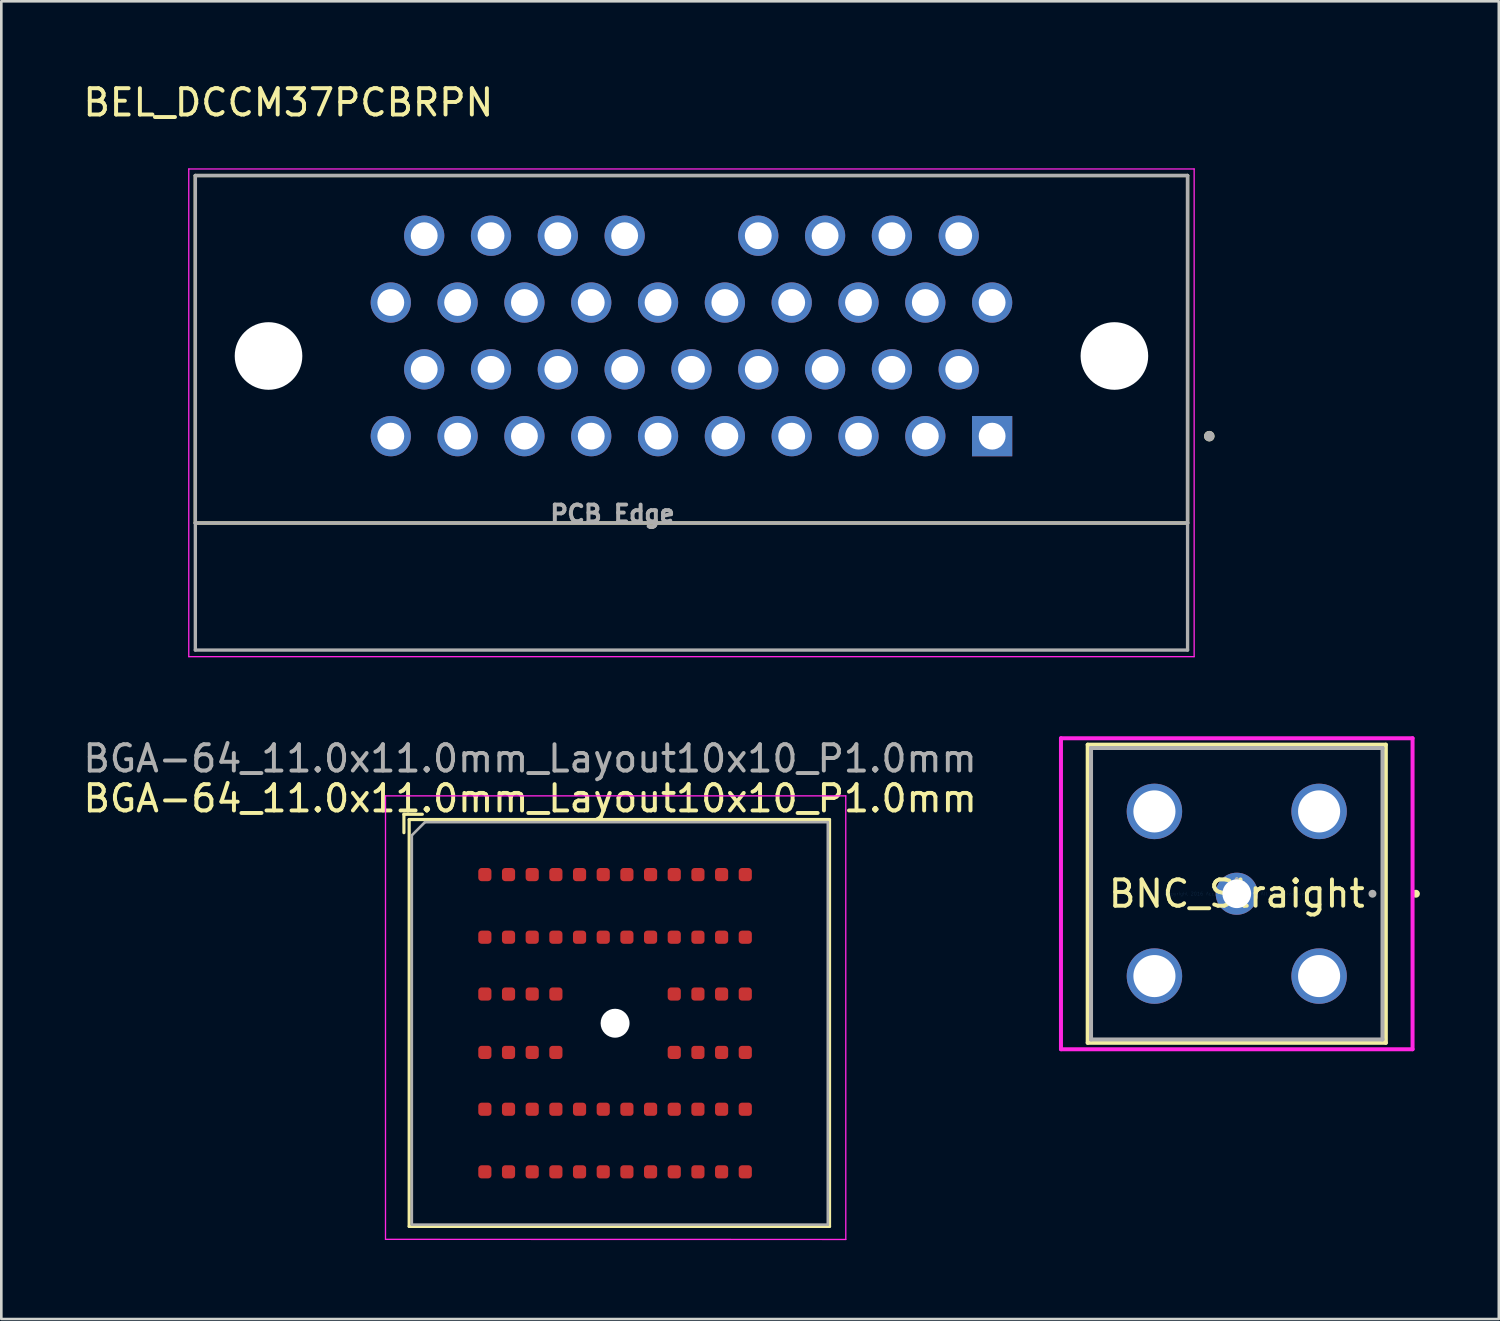
<source format=kicad_pcb>
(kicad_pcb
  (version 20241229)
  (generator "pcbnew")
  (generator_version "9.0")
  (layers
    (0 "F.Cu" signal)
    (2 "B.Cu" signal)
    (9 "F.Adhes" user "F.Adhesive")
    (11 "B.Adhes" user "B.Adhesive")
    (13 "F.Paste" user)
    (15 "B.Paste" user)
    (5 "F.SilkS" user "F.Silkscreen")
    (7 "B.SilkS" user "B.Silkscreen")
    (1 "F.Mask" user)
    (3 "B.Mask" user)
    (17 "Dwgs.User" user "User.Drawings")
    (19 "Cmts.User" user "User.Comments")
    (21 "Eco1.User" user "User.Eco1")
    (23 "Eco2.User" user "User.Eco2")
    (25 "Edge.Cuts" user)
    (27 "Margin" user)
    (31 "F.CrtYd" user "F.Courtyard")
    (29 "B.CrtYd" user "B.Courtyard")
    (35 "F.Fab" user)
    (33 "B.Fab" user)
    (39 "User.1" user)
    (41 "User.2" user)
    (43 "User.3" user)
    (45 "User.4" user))
  (footprint "BGA-64_11.0x11.0mm_Layout10x10_P1.0mm"
    (layer "F.Cu")
    (at 17.105 32.705)
    (property "Reference" "BGA-64_11.0x11.0mm_Layout10x10_P1.0mm" (at 0 -5.4 0) (layer "F.SilkS") (effects (font (size 1 1) (thickness 0.15))))
    (attr smd)
    (fp_line (start -4.8 -4.8) (end -4.1 -4.8) (stroke (width 0.12) (type solid)) (layer "F.SilkS"))
    (fp_line (start -4.8 -4.1) (end -4.8 -4.8) (stroke (width 0.12) (type solid)) (layer "F.SilkS"))
    (fp_line (start -4.6 -4.6) (end -4.6 10.868) (stroke (width 0.12) (type solid)) (layer "F.SilkS"))
    (fp_line (start -4.6 10.868) (end 11.38 10.868) (stroke (width 0.12) (type solid)) (layer "F.SilkS"))
    (fp_line (start 11.379 -4.6) (end -4.6 -4.6) (stroke (width 0.12) (type solid)) (layer "F.SilkS"))
    (fp_line (start 11.38 10.868) (end 11.38 -4.6) (stroke (width 0.12) (type solid)) (layer "F.SilkS"))
    (fp_line (start -5.5 -5.5) (end -5.5 11.359) (stroke (width 0.05) (type solid)) (layer "F.CrtYd"))
    (fp_line (start -5.5 -5.5) (end 11.997 -5.5) (stroke (width 0.05) (type solid)) (layer "F.CrtYd"))
    (fp_line (start 11.998 11.363) (end -5.5 11.359) (stroke (width 0.05) (type solid)) (layer "F.CrtYd"))
    (fp_line (start 11.998 11.363) (end 11.997 -5.5) (stroke (width 0.05) (type solid)) (layer "F.CrtYd"))
    (fp_line (start -4.5 -4) (end -4.5 10.8) (stroke (width 0.1) (type solid)) (layer "F.Fab"))
    (fp_line (start -4.5 10.8) (end 11.315 10.8) (stroke (width 0.1) (type solid)) (layer "F.Fab"))
    (fp_line (start -4 -4.5) (end -4.5 -4) (stroke (width 0.1) (type solid)) (layer "F.Fab"))
    (fp_line (start 11.315 -4.5) (end -4 -4.5) (stroke (width 0.1) (type solid)) (layer "F.Fab"))
    (fp_line (start 11.315 10.8) (end 11.315 -4.5) (stroke (width 0.1) (type solid)) (layer "F.Fab"))
    (fp_text user "${REFERENCE}" (at -0.004 -6.918 0) (layer "F.Fab") (effects (font (size 1 1) (thickness 0.15))))
    (pad "" np_thru_hole oval (at 3.227 3.143) (size 1.1 1.1) (drill 1.1) (layers "*.Cu" "*.Mask"))
    (pad "A1" smd roundrect (at -1.723 -2.507 90) (size 0.5 0.5) (layers "F.Cu" "F.Mask" "F.Paste") (roundrect_rratio 0.25))
    (pad "A2" smd roundrect (at -0.823 -2.507 90) (size 0.5 0.5) (layers "F.Cu" "F.Mask" "F.Paste") (roundrect_rratio 0.25))
    (pad "A3" smd roundrect (at 0.077 -2.507 90) (size 0.5 0.5) (layers "F.Cu" "F.Mask" "F.Paste") (roundrect_rratio 0.25))
    (pad "A4" smd roundrect (at 0.977 -2.507 90) (size 0.5 0.5) (layers "F.Cu" "F.Mask" "F.Paste") (roundrect_rratio 0.25))
    (pad "A5" smd roundrect (at 1.877 -2.507 90) (size 0.5 0.5) (layers "F.Cu" "F.Mask" "F.Paste") (roundrect_rratio 0.25))
    (pad "A6" smd roundrect (at 2.777 -2.507 90) (size 0.5 0.5) (layers "F.Cu" "F.Mask" "F.Paste") (roundrect_rratio 0.25))
    (pad "A7" smd roundrect (at 3.677 -2.507 90) (size 0.5 0.5) (layers "F.Cu" "F.Mask" "F.Paste") (roundrect_rratio 0.25))
    (pad "A8" smd roundrect (at 4.577 -2.507 90) (size 0.5 0.5) (layers "F.Cu" "F.Mask" "F.Paste") (roundrect_rratio 0.25))
    (pad "A9" smd roundrect (at 5.477 -2.507 90) (size 0.5 0.5) (layers "F.Cu" "F.Mask" "F.Paste") (roundrect_rratio 0.25))
    (pad "A10" smd roundrect (at 6.377 -2.507 90) (size 0.5 0.5) (layers "F.Cu" "F.Mask" "F.Paste") (roundrect_rratio 0.25))
    (pad "A11" smd roundrect (at 7.277 -2.507 90) (size 0.5 0.5) (layers "F.Cu" "F.Mask" "F.Paste") (roundrect_rratio 0.25))
    (pad "A12" smd roundrect (at 8.177 -2.507 90) (size 0.5 0.5) (layers "F.Cu" "F.Mask" "F.Paste") (roundrect_rratio 0.25))
    (pad "B1" smd roundrect (at -1.723 -0.127 90) (size 0.5 0.5) (layers "F.Cu" "F.Mask" "F.Paste") (roundrect_rratio 0.25))
    (pad "B2" smd roundrect (at -0.823 -0.127 90) (size 0.5 0.5) (layers "F.Cu" "F.Mask" "F.Paste") (roundrect_rratio 0.25))
    (pad "B3" smd roundrect (at 0.077 -0.127 90) (size 0.5 0.5) (layers "F.Cu" "F.Mask" "F.Paste") (roundrect_rratio 0.25))
    (pad "B4" smd roundrect (at 0.977 -0.127 90) (size 0.5 0.5) (layers "F.Cu" "F.Mask" "F.Paste") (roundrect_rratio 0.25))
    (pad "B5" smd roundrect (at 1.877 -0.127 90) (size 0.5 0.5) (layers "F.Cu" "F.Mask" "F.Paste") (roundrect_rratio 0.25))
    (pad "B6" smd roundrect (at 2.777 -0.127 90) (size 0.5 0.5) (layers "F.Cu" "F.Mask" "F.Paste") (roundrect_rratio 0.25))
    (pad "B7" smd roundrect (at 3.677 -0.127 90) (size 0.5 0.5) (layers "F.Cu" "F.Mask" "F.Paste") (roundrect_rratio 0.25))
    (pad "B8" smd roundrect (at 4.577 -0.127 90) (size 0.5 0.5) (layers "F.Cu" "F.Mask" "F.Paste") (roundrect_rratio 0.25))
    (pad "B9" smd roundrect (at 5.477 -0.127 90) (size 0.5 0.5) (layers "F.Cu" "F.Mask" "F.Paste") (roundrect_rratio 0.25))
    (pad "B10" smd roundrect (at 6.377 -0.127 90) (size 0.5 0.5) (layers "F.Cu" "F.Mask" "F.Paste") (roundrect_rratio 0.25))
    (pad "B11" smd roundrect (at 7.277 -0.127 90) (size 0.5 0.5) (layers "F.Cu" "F.Mask" "F.Paste") (roundrect_rratio 0.25))
    (pad "B12" smd roundrect (at 8.177 -0.127 90) (size 0.5 0.5) (layers "F.Cu" "F.Mask" "F.Paste") (roundrect_rratio 0.25))
    (pad "C1" smd roundrect (at -1.723 2.033 90) (size 0.5 0.5) (layers "F.Cu" "F.Mask" "F.Paste") (roundrect_rratio 0.25))
    (pad "C2" smd roundrect (at -0.823 2.033 90) (size 0.5 0.5) (layers "F.Cu" "F.Mask" "F.Paste") (roundrect_rratio 0.25))
    (pad "C3" smd roundrect (at 0.077 2.033 90) (size 0.5 0.5) (layers "F.Cu" "F.Mask" "F.Paste") (roundrect_rratio 0.25))
    (pad "C4" smd roundrect (at 0.977 2.033 90) (size 0.5 0.5) (layers "F.Cu" "F.Mask" "F.Paste") (roundrect_rratio 0.25))
    (pad "C9" smd roundrect (at 5.477 2.033 90) (size 0.5 0.5) (layers "F.Cu" "F.Mask" "F.Paste") (roundrect_rratio 0.25))
    (pad "C10" smd roundrect (at 6.377 2.033 90) (size 0.5 0.5) (layers "F.Cu" "F.Mask" "F.Paste") (roundrect_rratio 0.25))
    (pad "C11" smd roundrect (at 7.277 2.033 90) (size 0.5 0.5) (layers "F.Cu" "F.Mask" "F.Paste") (roundrect_rratio 0.25))
    (pad "C12" smd roundrect (at 8.177 2.033 90) (size 0.5 0.5) (layers "F.Cu" "F.Mask" "F.Paste") (roundrect_rratio 0.25))
    (pad "F1" smd roundrect (at -1.723 4.253 270) (size 0.5 0.5) (layers "F.Cu" "F.Mask" "F.Paste") (roundrect_rratio 0.25))
    (pad "F2" smd roundrect (at -0.823 4.253 270) (size 0.5 0.5) (layers "F.Cu" "F.Mask" "F.Paste") (roundrect_rratio 0.25))
    (pad "F3" smd roundrect (at 0.077 4.253 270) (size 0.5 0.5) (layers "F.Cu" "F.Mask" "F.Paste") (roundrect_rratio 0.25))
    (pad "F4" smd roundrect (at 0.977 4.253 270) (size 0.5 0.5) (layers "F.Cu" "F.Mask" "F.Paste") (roundrect_rratio 0.25))
    (pad "F9" smd roundrect (at 5.477 4.253 270) (size 0.5 0.5) (layers "F.Cu" "F.Mask" "F.Paste") (roundrect_rratio 0.25))
    (pad "F10" smd roundrect (at 6.377 4.253 270) (size 0.5 0.5) (layers "F.Cu" "F.Mask" "F.Paste") (roundrect_rratio 0.25))
    (pad "F11" smd roundrect (at 7.277 4.253 270) (size 0.5 0.5) (layers "F.Cu" "F.Mask" "F.Paste") (roundrect_rratio 0.25))
    (pad "F12" smd roundrect (at 8.177 4.253 270) (size 0.5 0.5) (layers "F.Cu" "F.Mask" "F.Paste") (roundrect_rratio 0.25))
    (pad "G1" smd roundrect (at -1.723 6.413 270) (size 0.5 0.5) (layers "F.Cu" "F.Mask" "F.Paste") (roundrect_rratio 0.25))
    (pad "G2" smd roundrect (at -0.823 6.413 270) (size 0.5 0.5) (layers "F.Cu" "F.Mask" "F.Paste") (roundrect_rratio 0.25))
    (pad "G3" smd roundrect (at 0.077 6.413 270) (size 0.5 0.5) (layers "F.Cu" "F.Mask" "F.Paste") (roundrect_rratio 0.25))
    (pad "G4" smd roundrect (at 0.977 6.413 270) (size 0.5 0.5) (layers "F.Cu" "F.Mask" "F.Paste") (roundrect_rratio 0.25))
    (pad "G5" smd roundrect (at 1.877 6.413 270) (size 0.5 0.5) (layers "F.Cu" "F.Mask" "F.Paste") (roundrect_rratio 0.25))
    (pad "G6" smd roundrect (at 2.777 6.413 270) (size 0.5 0.5) (layers "F.Cu" "F.Mask" "F.Paste") (roundrect_rratio 0.25))
    (pad "G7" smd roundrect (at 3.677 6.413 270) (size 0.5 0.5) (layers "F.Cu" "F.Mask" "F.Paste") (roundrect_rratio 0.25))
    (pad "G8" smd roundrect (at 4.577 6.413 270) (size 0.5 0.5) (layers "F.Cu" "F.Mask" "F.Paste") (roundrect_rratio 0.25))
    (pad "G9" smd roundrect (at 5.477 6.413 270) (size 0.5 0.5) (layers "F.Cu" "F.Mask" "F.Paste") (roundrect_rratio 0.25))
    (pad "G10" smd roundrect (at 6.377 6.413 270) (size 0.5 0.5) (layers "F.Cu" "F.Mask" "F.Paste") (roundrect_rratio 0.25))
    (pad "G11" smd roundrect (at 7.277 6.413 270) (size 0.5 0.5) (layers "F.Cu" "F.Mask" "F.Paste") (roundrect_rratio 0.25))
    (pad "G12" smd roundrect (at 8.177 6.413 270) (size 0.5 0.5) (layers "F.Cu" "F.Mask" "F.Paste") (roundrect_rratio 0.25))
    (pad "H1" smd roundrect (at -1.723 8.793 270) (size 0.5 0.5) (layers "F.Cu" "F.Mask" "F.Paste") (roundrect_rratio 0.25))
    (pad "H2" smd roundrect (at -0.823 8.793 270) (size 0.5 0.5) (layers "F.Cu" "F.Mask" "F.Paste") (roundrect_rratio 0.25))
    (pad "H3" smd roundrect (at 0.077 8.793 270) (size 0.5 0.5) (layers "F.Cu" "F.Mask" "F.Paste") (roundrect_rratio 0.25))
    (pad "H4" smd roundrect (at 0.977 8.793 270) (size 0.5 0.5) (layers "F.Cu" "F.Mask" "F.Paste") (roundrect_rratio 0.25))
    (pad "H5" smd roundrect (at 1.877 8.793 270) (size 0.5 0.5) (layers "F.Cu" "F.Mask" "F.Paste") (roundrect_rratio 0.25))
    (pad "H6" smd roundrect (at 2.777 8.793 270) (size 0.5 0.5) (layers "F.Cu" "F.Mask" "F.Paste") (roundrect_rratio 0.25))
    (pad "H7" smd roundrect (at 3.677 8.793 270) (size 0.5 0.5) (layers "F.Cu" "F.Mask" "F.Paste") (roundrect_rratio 0.25))
    (pad "H8" smd roundrect (at 4.577 8.793 270) (size 0.5 0.5) (layers "F.Cu" "F.Mask" "F.Paste") (roundrect_rratio 0.25))
    (pad "H9" smd roundrect (at 5.477 8.793 270) (size 0.5 0.5) (layers "F.Cu" "F.Mask" "F.Paste") (roundrect_rratio 0.25))
    (pad "H10" smd roundrect (at 6.377 8.793 270) (size 0.5 0.5) (layers "F.Cu" "F.Mask" "F.Paste") (roundrect_rratio 0.25))
    (pad "H11" smd roundrect (at 7.277 8.793 270) (size 0.5 0.5) (layers "F.Cu" "F.Mask" "F.Paste") (roundrect_rratio 0.25))
    (pad "H12" smd roundrect (at 8.177 8.793 270) (size 0.5 0.5) (layers "F.Cu" "F.Mask" "F.Paste") (roundrect_rratio 0.25)))
  (footprint "BNC_Straight"
    (layer "F.Cu")
    (at 43.966 30.926)
    (property "Reference" "BNC_Straight" (at 0 0 0) (layer "F.SilkS") (effects (font (size 1 1) (thickness 0.15))))
    (attr through_hole)
    (fp_line (start -5.667 -5.667) (end -5.667 5.667) (stroke (width 0.152) (type solid)) (layer "F.SilkS"))
    (fp_line (start -5.667 5.667) (end 5.667 5.667) (stroke (width 0.152) (type solid)) (layer "F.SilkS"))
    (fp_line (start 5.667 -5.667) (end -5.667 -5.667) (stroke (width 0.152) (type solid)) (layer "F.SilkS"))
    (fp_line (start 5.667 5.667) (end 5.667 -5.667) (stroke (width 0.152) (type solid)) (layer "F.SilkS"))
    (fp_circle (center 6.81 0) (end 6.886 0) (stroke (width 0.152) (type solid)) (fill no) (layer "F.SilkS"))
    (fp_line (start -6.683 -5.911) (end 6.683 -5.911) (stroke (width 0.152) (type solid)) (layer "F.CrtYd"))
    (fp_line (start -6.683 5.911) (end -6.683 -5.911) (stroke (width 0.152) (type solid)) (layer "F.CrtYd"))
    (fp_line (start 6.683 -5.911) (end 6.683 5.911) (stroke (width 0.152) (type solid)) (layer "F.CrtYd"))
    (fp_line (start 6.683 5.911) (end -6.683 5.911) (stroke (width 0.152) (type solid)) (layer "F.CrtYd"))
    (fp_line (start -5.54 -5.54) (end -5.54 5.54) (stroke (width 0.152) (type solid)) (layer "F.Fab"))
    (fp_line (start -5.54 5.54) (end 5.54 5.54) (stroke (width 0.152) (type solid)) (layer "F.Fab"))
    (fp_line (start 5.54 -5.54) (end -5.54 -5.54) (stroke (width 0.152) (type solid)) (layer "F.Fab"))
    (fp_line (start 5.54 5.54) (end 5.54 -5.54) (stroke (width 0.152) (type solid)) (layer "F.Fab"))
    (fp_circle (center 5.159 0) (end 5.235 0) (stroke (width 0.152) (type solid)) (fill no) (layer "F.Fab"))
    (fp_text user "*" (at 0 0 0) (layer "F.SilkS") (effects (font (size 1 1) (thickness 0.15))))
    (fp_text user "Copyright 2016 Accelerated Designs. All rights reserved." (at 0 0 0) (layer "Cmts.User") (effects (font (size 0.127 0.127) (thickness 0.002))))
    (fp_text user "*" (at 0 0 0) (layer "F.Fab") (effects (font (size 1 1) (thickness 0.15))))
    (pad "1" thru_hole circle (at 0 0) (size 1.6 1.6) (drill 1.092) (layers "*.Cu" "*.Mask"))
    (pad "2" thru_hole circle (at -3.13 -3.13) (size 2.108 2.108) (drill 1.6) (layers "*.Cu" "*.Mask"))
    (pad "3" thru_hole circle (at -3.13 3.13) (size 2.108 2.108) (drill 1.6) (layers "*.Cu" "*.Mask"))
    (pad "4" thru_hole circle (at 3.13 3.13) (size 2.108 2.108) (drill 1.6) (layers "*.Cu" "*.Mask"))
    (pad "5" thru_hole circle (at 3.13 -3.13) (size 2.108 2.108) (drill 1.6) (layers "*.Cu" "*.Mask")))
  (footprint "BEL_DCCM37PCBRPN"
    (layer "F.Cu")
    (at 23.236 10.483)
    (property "Reference" "BEL_DCCM37PCBRPN" (at -15.325 -9.635 0) (layer "F.SilkS") (effects (font (size 1 1) (thickness 0.15))))
    (attr through_hole)
    (fp_line (start -18.86 -6.86) (end 18.86 -6.86) (stroke (width 0.127) (type solid)) (layer "F.SilkS"))
    (fp_line (start -18.86 6.35) (end -18.86 -6.86) (stroke (width 0.127) (type solid)) (layer "F.SilkS"))
    (fp_line (start -18.86 6.35) (end 18.86 6.35) (stroke (width 0.127) (type solid)) (layer "F.SilkS"))
    (fp_line (start 18.86 -6.86) (end 18.86 6.35) (stroke (width 0.127) (type solid)) (layer "F.SilkS"))
    (fp_circle (center 19.685 3.048) (end 19.785 3.048) (stroke (width 0.2) (type solid)) (fill no) (layer "F.SilkS"))
    (fp_line (start -19.11 -7.11) (end -19.11 11.43) (stroke (width 0.05) (type solid)) (layer "F.CrtYd"))
    (fp_line (start -19.11 11.43) (end 19.11 11.43) (stroke (width 0.05) (type solid)) (layer "F.CrtYd"))
    (fp_line (start 19.11 -7.11) (end -19.11 -7.11) (stroke (width 0.05) (type solid)) (layer "F.CrtYd"))
    (fp_line (start 19.11 11.43) (end 19.11 -7.11) (stroke (width 0.05) (type solid)) (layer "F.CrtYd"))
    (fp_line (start -18.86 -6.86) (end 18.86 -6.86) (stroke (width 0.127) (type solid)) (layer "F.Fab"))
    (fp_line (start -18.86 6.35) (end -18.86 -6.86) (stroke (width 0.127) (type solid)) (layer "F.Fab"))
    (fp_line (start -18.86 6.35) (end 18.86 6.35) (stroke (width 0.127) (type solid)) (layer "F.Fab"))
    (fp_line (start -18.86 11.18) (end -18.86 6.35) (stroke (width 0.127) (type solid)) (layer "F.Fab"))
    (fp_line (start 18.86 -6.86) (end 18.86 6.35) (stroke (width 0.127) (type solid)) (layer "F.Fab"))
    (fp_line (start 18.86 6.35) (end 18.86 11.18) (stroke (width 0.127) (type solid)) (layer "F.Fab"))
    (fp_line (start 18.86 11.18) (end -18.86 11.18) (stroke (width 0.127) (type solid)) (layer "F.Fab"))
    (fp_circle (center 19.685 3.048) (end 19.785 3.048) (stroke (width 0.2) (type solid)) (fill no) (layer "F.Fab"))
    (fp_text user "PCB Edge" (at -3 6 0) (layer "F.Fab") (effects (font (size 0.64 0.64) (thickness 0.15))))
    (pad "" np_thru_hole circle (at -16.078 0) (size 2.57 2.57) (drill 2.57) (layers "*.Cu" "*.Mask"))
    (pad "" np_thru_hole circle (at 16.078 0) (size 2.57 2.57) (drill 2.57) (layers "*.Cu" "*.Mask"))
    (pad "1" thru_hole rect (at 11.43 3.048) (size 1.53 1.53) (drill 1.02) (layers "*.Cu" "*.Mask"))
    (pad "2" thru_hole circle (at 10.16 0.508) (size 1.53 1.53) (drill 1.02) (layers "*.Cu" "*.Mask"))
    (pad "3" thru_hole circle (at 8.89 3.048) (size 1.53 1.53) (drill 1.02) (layers "*.Cu" "*.Mask"))
    (pad "4" thru_hole circle (at 7.62 0.508) (size 1.53 1.53) (drill 1.02) (layers "*.Cu" "*.Mask"))
    (pad "5" thru_hole circle (at 6.35 3.048) (size 1.53 1.53) (drill 1.02) (layers "*.Cu" "*.Mask"))
    (pad "6" thru_hole circle (at 5.08 0.508) (size 1.53 1.53) (drill 1.02) (layers "*.Cu" "*.Mask"))
    (pad "7" thru_hole circle (at 3.81 3.048) (size 1.53 1.53) (drill 1.02) (layers "*.Cu" "*.Mask"))
    (pad "8" thru_hole circle (at 2.54 0.508) (size 1.53 1.53) (drill 1.02) (layers "*.Cu" "*.Mask"))
    (pad "9" thru_hole circle (at 1.27 3.048) (size 1.53 1.53) (drill 1.02) (layers "*.Cu" "*.Mask"))
    (pad "10" thru_hole circle (at 0 0.508) (size 1.53 1.53) (drill 1.02) (layers "*.Cu" "*.Mask"))
    (pad "11" thru_hole circle (at -1.27 3.048) (size 1.53 1.53) (drill 1.02) (layers "*.Cu" "*.Mask"))
    (pad "12" thru_hole circle (at -2.54 0.508) (size 1.53 1.53) (drill 1.02) (layers "*.Cu" "*.Mask"))
    (pad "13" thru_hole circle (at -3.81 3.048) (size 1.53 1.53) (drill 1.02) (layers "*.Cu" "*.Mask"))
    (pad "14" thru_hole circle (at -5.08 0.508) (size 1.53 1.53) (drill 1.02) (layers "*.Cu" "*.Mask"))
    (pad "15" thru_hole circle (at -6.35 3.048) (size 1.53 1.53) (drill 1.02) (layers "*.Cu" "*.Mask"))
    (pad "16" thru_hole circle (at -7.62 0.508) (size 1.53 1.53) (drill 1.02) (layers "*.Cu" "*.Mask"))
    (pad "17" thru_hole circle (at -8.89 3.048) (size 1.53 1.53) (drill 1.02) (layers "*.Cu" "*.Mask"))
    (pad "18" thru_hole circle (at -10.16 0.508) (size 1.53 1.53) (drill 1.02) (layers "*.Cu" "*.Mask"))
    (pad "19" thru_hole circle (at -11.43 3.048) (size 1.53 1.53) (drill 1.02) (layers "*.Cu" "*.Mask"))
    (pad "20" thru_hole circle (at 11.43 -2.032) (size 1.53 1.53) (drill 1.02) (layers "*.Cu" "*.Mask"))
    (pad "21" thru_hole circle (at 10.16 -4.572) (size 1.53 1.53) (drill 1.02) (layers "*.Cu" "*.Mask"))
    (pad "22" thru_hole circle (at 8.89 -2.032) (size 1.53 1.53) (drill 1.02) (layers "*.Cu" "*.Mask"))
    (pad "23" thru_hole circle (at 7.62 -4.572) (size 1.53 1.53) (drill 1.02) (layers "*.Cu" "*.Mask"))
    (pad "24" thru_hole circle (at 6.35 -2.032) (size 1.53 1.53) (drill 1.02) (layers "*.Cu" "*.Mask"))
    (pad "25" thru_hole circle (at 5.08 -4.572) (size 1.53 1.53) (drill 1.02) (layers "*.Cu" "*.Mask"))
    (pad "26" thru_hole circle (at 3.81 -2.032) (size 1.53 1.53) (drill 1.02) (layers "*.Cu" "*.Mask"))
    (pad "27" thru_hole circle (at 2.54 -4.572) (size 1.53 1.53) (drill 1.02) (layers "*.Cu" "*.Mask"))
    (pad "28" thru_hole circle (at 1.27 -2.032) (size 1.53 1.53) (drill 1.02) (layers "*.Cu" "*.Mask"))
    (pad "29" thru_hole circle (at -1.27 -2.032) (size 1.53 1.53) (drill 1.02) (layers "*.Cu" "*.Mask"))
    (pad "30" thru_hole circle (at -2.54 -4.572) (size 1.53 1.53) (drill 1.02) (layers "*.Cu" "*.Mask"))
    (pad "31" thru_hole circle (at -3.81 -2.032) (size 1.53 1.53) (drill 1.02) (layers "*.Cu" "*.Mask"))
    (pad "32" thru_hole circle (at -5.08 -4.572) (size 1.53 1.53) (drill 1.02) (layers "*.Cu" "*.Mask"))
    (pad "33" thru_hole circle (at -6.35 -2.032) (size 1.53 1.53) (drill 1.02) (layers "*.Cu" "*.Mask"))
    (pad "34" thru_hole circle (at -7.62 -4.572) (size 1.53 1.53) (drill 1.02) (layers "*.Cu" "*.Mask"))
    (pad "35" thru_hole circle (at -8.89 -2.032) (size 1.53 1.53) (drill 1.02) (layers "*.Cu" "*.Mask"))
    (pad "36" thru_hole circle (at -10.16 -4.572) (size 1.53 1.53) (drill 1.02) (layers "*.Cu" "*.Mask"))
    (pad "37" thru_hole circle (at -11.43 -2.032) (size 1.53 1.53) (drill 1.02) (layers "*.Cu" "*.Mask")))
  (gr_rect
    (start -3 -3)
    (end 53.928 47.093)
    (stroke (width 0.1) (type default))
    (fill no)
    (layer "Edge.Cuts")))
</source>
